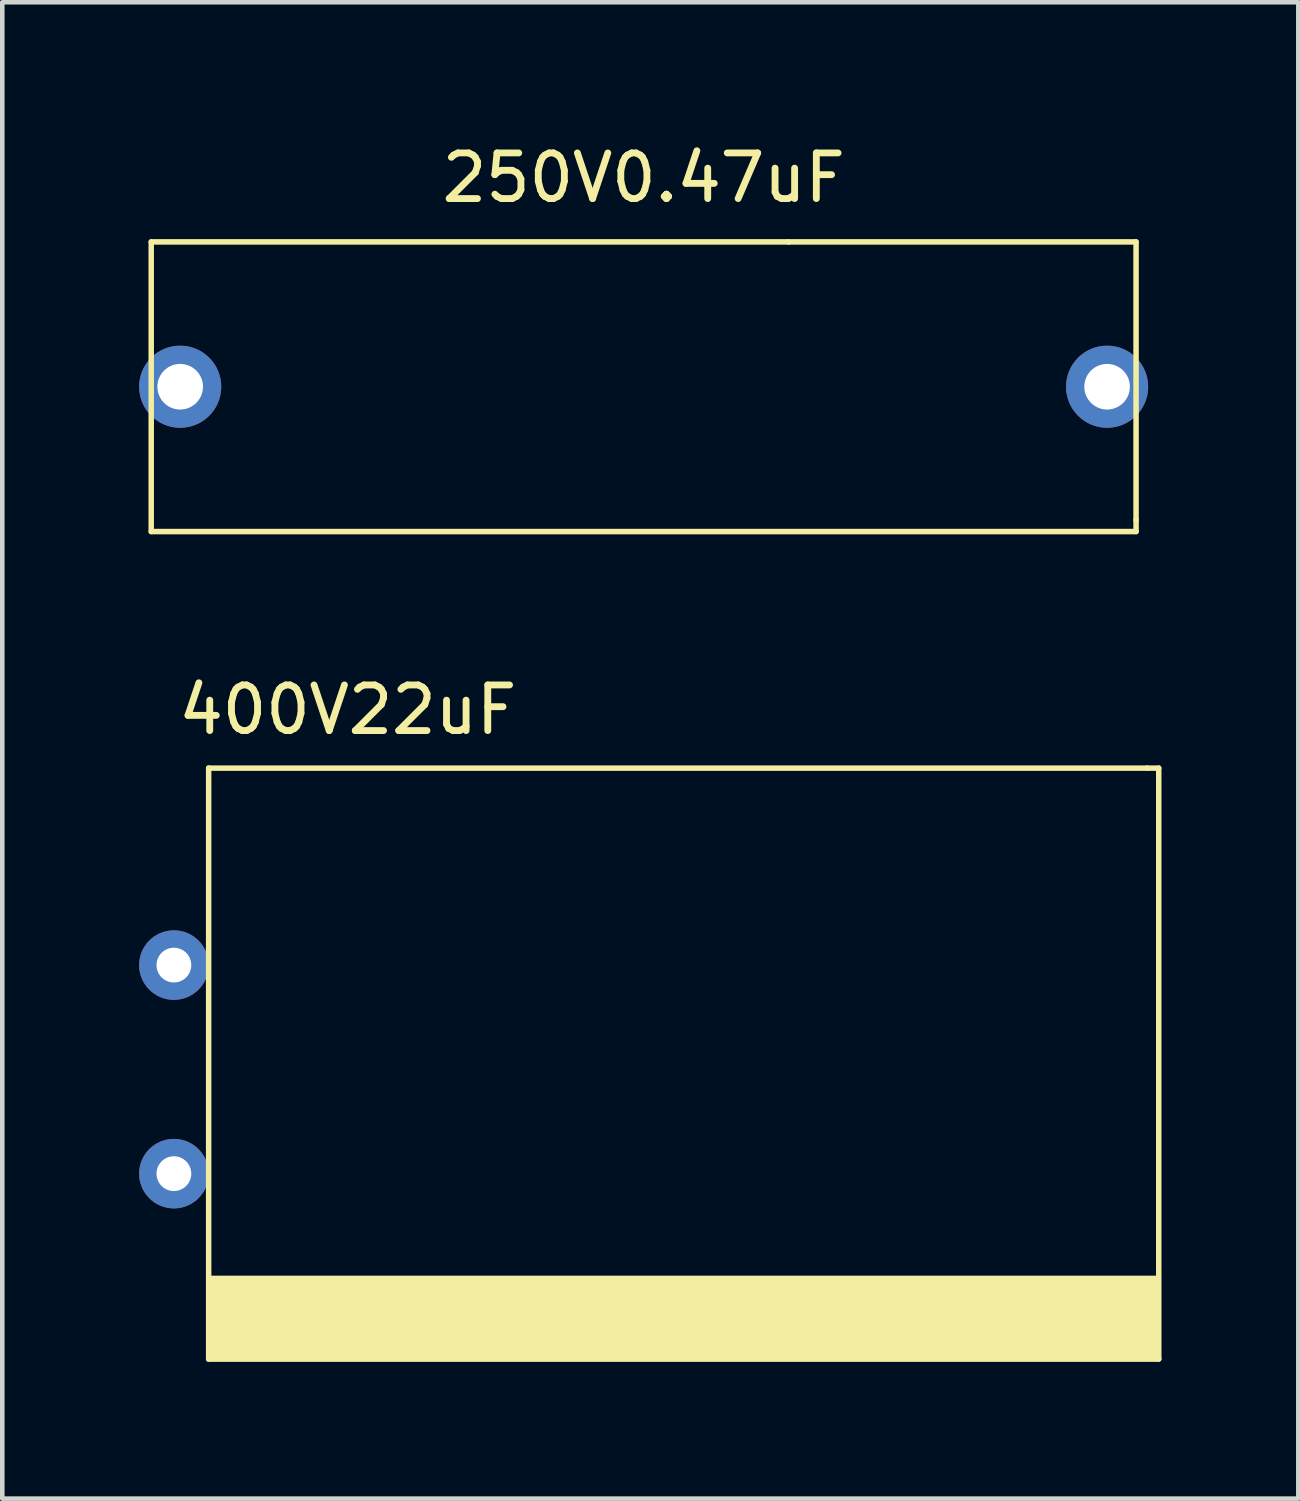
<source format=kicad_pcb>
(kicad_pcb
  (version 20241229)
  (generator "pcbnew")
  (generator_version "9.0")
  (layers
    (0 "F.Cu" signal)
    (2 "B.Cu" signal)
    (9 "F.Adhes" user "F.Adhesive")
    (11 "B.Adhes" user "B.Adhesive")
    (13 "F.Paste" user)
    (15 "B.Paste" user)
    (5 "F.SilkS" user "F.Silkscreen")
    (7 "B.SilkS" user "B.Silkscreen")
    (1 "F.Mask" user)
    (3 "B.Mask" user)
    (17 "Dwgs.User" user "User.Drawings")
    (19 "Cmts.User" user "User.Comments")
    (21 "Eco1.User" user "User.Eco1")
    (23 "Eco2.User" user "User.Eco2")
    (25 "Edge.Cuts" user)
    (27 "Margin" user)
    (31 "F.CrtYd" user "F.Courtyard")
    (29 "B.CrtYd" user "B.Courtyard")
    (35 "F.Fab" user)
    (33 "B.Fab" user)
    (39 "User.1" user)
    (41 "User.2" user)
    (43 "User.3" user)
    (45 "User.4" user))
  (footprint "250V0.47uF"
    (layer "F.Cu")
    (at 11.06 0.348)
    (property "Reference" "250V0.47uF" (at 0 0.5 0) (layer "F.SilkS") (effects (font (size 1 1) (thickness 0.15))))
    (attr through_hole)
    (fp_line (start -10.795 1.905) (end 3.175 1.905) (stroke (width 0.12) (type solid)) (layer "F.SilkS"))
    (fp_line (start -10.795 8.255) (end -10.795 1.905) (stroke (width 0.12) (type solid)) (layer "F.SilkS"))
    (fp_line (start 10.795 1.905) (end 3.175 1.905) (stroke (width 0.12) (type solid)) (layer "F.SilkS"))
    (fp_line (start 10.795 8.001) (end 10.795 1.905) (stroke (width 0.12) (type solid)) (layer "F.SilkS"))
    (fp_line (start 10.795 8.001) (end 10.795 8.255) (stroke (width 0.12) (type solid)) (layer "F.SilkS"))
    (fp_line (start 10.795 8.255) (end -10.795 8.255) (stroke (width 0.12) (type solid)) (layer "F.SilkS"))
    (pad "1" thru_hole circle (at 10.16 5.08) (size 1.8 1.8) (drill 1) (layers "*.Cu" "*.Mask"))
    (pad "2" thru_hole circle (at -10.16 5.08) (size 1.8 1.8) (drill 1) (layers "*.Cu" "*.Mask")))
  (footprint "400V22uF"
    (layer "F.Cu")
    (at 4.572 12.011)
    (property "Reference" "400V22uF" (at 0 0.5 0) (layer "F.SilkS") (effects (font (size 1 1) (thickness 0.15))))
    (attr through_hole)
    (fp_line (start -3.048 1.778) (end -3.048 14.732) (stroke (width 0.12) (type solid)) (layer "F.SilkS"))
    (fp_line (start -3.048 14.732) (end 17.78 14.732) (stroke (width 0.12) (type solid)) (layer "F.SilkS"))
    (fp_line (start 17.526 1.778) (end -3.048 1.778) (stroke (width 0.12) (type solid)) (layer "F.SilkS"))
    (fp_line (start 17.78 1.778) (end 17.526 1.778) (stroke (width 0.12) (type solid)) (layer "F.SilkS"))
    (fp_line (start 17.78 14.732) (end 17.78 1.778) (stroke (width 0.12) (type solid)) (layer "F.SilkS"))
    (fp_poly (pts (xy 17.78 14.732) (xy -3.048 14.732) (xy -3.048 12.954) (xy 17.78 12.954)) (stroke (width 0.1) (type solid)) (fill yes) (layer "F.SilkS"))
    (pad "1" thru_hole circle (at -3.81 6.096) (size 1.524 1.524) (drill 0.762) (layers "*.Cu" "*.Mask"))
    (pad "2" thru_hole circle (at -3.81 10.668) (size 1.524 1.524) (drill 0.762) (layers "*.Cu" "*.Mask")))
  (gr_rect
    (start -3 -3)
    (end 25.412 29.803)
    (stroke (width 0.1) (type default))
    (fill no)
    (layer "Edge.Cuts")))
</source>
